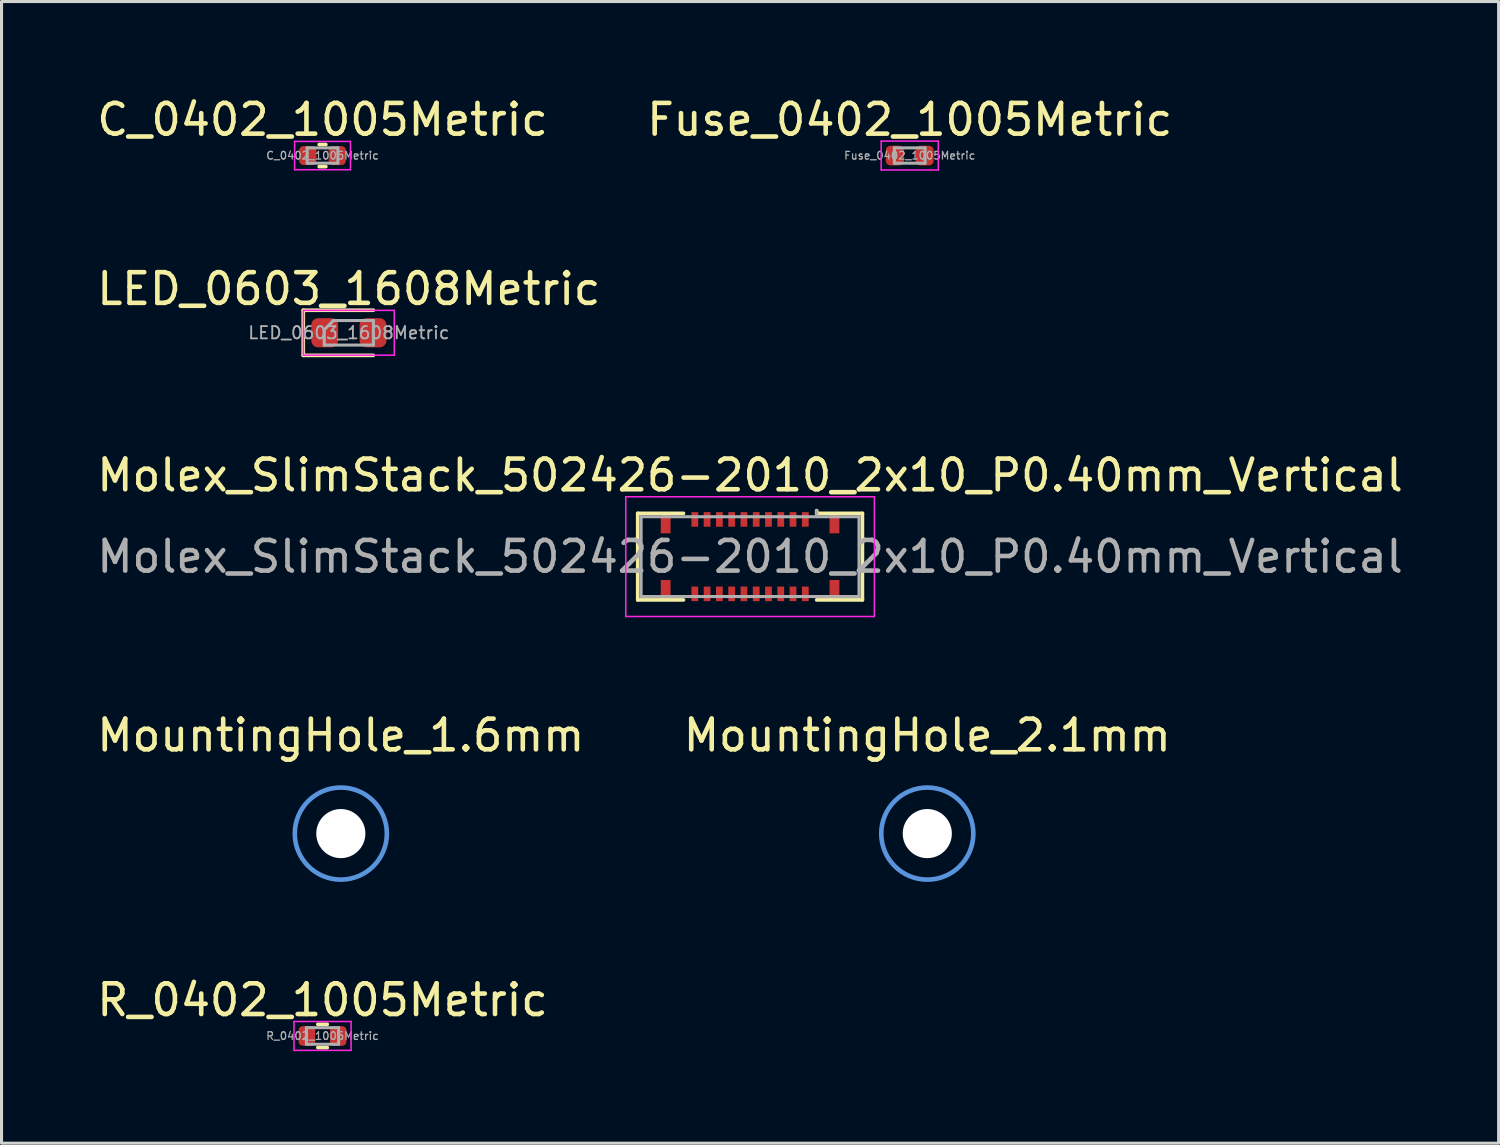
<source format=kicad_pcb>
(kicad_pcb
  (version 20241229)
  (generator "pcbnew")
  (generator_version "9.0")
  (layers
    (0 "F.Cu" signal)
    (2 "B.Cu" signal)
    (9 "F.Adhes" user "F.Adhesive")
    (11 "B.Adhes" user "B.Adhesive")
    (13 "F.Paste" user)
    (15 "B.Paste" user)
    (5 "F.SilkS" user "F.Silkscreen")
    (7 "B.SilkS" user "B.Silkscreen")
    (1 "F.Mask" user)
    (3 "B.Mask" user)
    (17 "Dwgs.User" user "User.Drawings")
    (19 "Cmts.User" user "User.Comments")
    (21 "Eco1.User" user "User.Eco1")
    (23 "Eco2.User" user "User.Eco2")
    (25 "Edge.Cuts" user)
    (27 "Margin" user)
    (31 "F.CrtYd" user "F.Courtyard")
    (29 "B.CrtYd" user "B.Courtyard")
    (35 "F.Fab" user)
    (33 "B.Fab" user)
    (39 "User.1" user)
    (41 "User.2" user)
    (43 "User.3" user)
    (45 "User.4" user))
  (footprint "MountingHole_1.6mm"
    (layer "F.Cu")
    (at 8.054 24.108)
    (property "Reference" "MountingHole_1.6mm" (at 0 -3.2 0) (layer "F.SilkS") (effects (font (size 1 1) (thickness 0.15))))
    (attr through_hole)
    (fp_circle (center 0 0) (end 1.5 0) (stroke (width 0.15) (type solid)) (fill no) (layer "Cmts.User"))
    (fp_circle (center 0 0) (end 1.5 0) (stroke (width 0.05) (type solid)) (fill no) (layer "F.CrtYd"))
    (pad "" np_thru_hole circle (at 0 0) (size 1.6 1.6) (drill 1.6) (layers "*.Cu" "*.Mask")))
  (footprint "LED_0603_1608Metric"
    (layer "F.Cu")
    (at 8.315 7.792)
    (property "Reference" "LED_0603_1608Metric" (at 0 -1.43 0) (layer "F.SilkS") (effects (font (size 1 1) (thickness 0.15))))
    (attr smd)
    (fp_line (start -1.485 -0.735) (end -1.485 0.735) (stroke (width 0.12) (type solid)) (layer "F.SilkS"))
    (fp_line (start -1.485 0.735) (end 0.8 0.735) (stroke (width 0.12) (type solid)) (layer "F.SilkS"))
    (fp_line (start 0.8 -0.735) (end -1.485 -0.735) (stroke (width 0.12) (type solid)) (layer "F.SilkS"))
    (fp_line (start -1.48 -0.73) (end 1.48 -0.73) (stroke (width 0.05) (type solid)) (layer "F.CrtYd"))
    (fp_line (start -1.48 0.73) (end -1.48 -0.73) (stroke (width 0.05) (type solid)) (layer "F.CrtYd"))
    (fp_line (start 1.48 -0.73) (end 1.48 0.73) (stroke (width 0.05) (type solid)) (layer "F.CrtYd"))
    (fp_line (start 1.48 0.73) (end -1.48 0.73) (stroke (width 0.05) (type solid)) (layer "F.CrtYd"))
    (fp_line (start -0.8 -0.1) (end -0.8 0.4) (stroke (width 0.1) (type solid)) (layer "F.Fab"))
    (fp_line (start -0.8 0.4) (end 0.8 0.4) (stroke (width 0.1) (type solid)) (layer "F.Fab"))
    (fp_line (start -0.5 -0.4) (end -0.8 -0.1) (stroke (width 0.1) (type solid)) (layer "F.Fab"))
    (fp_line (start 0.8 -0.4) (end -0.5 -0.4) (stroke (width 0.1) (type solid)) (layer "F.Fab"))
    (fp_line (start 0.8 0.4) (end 0.8 -0.4) (stroke (width 0.1) (type solid)) (layer "F.Fab"))
    (fp_text user "${REFERENCE}" (at 0 0 0) (layer "F.Fab") (effects (font (size 0.4 0.4) (thickness 0.06))))
    (pad "1" smd roundrect (at -0.787 0 180) (size 0.875 0.95) (layers "F.Cu" "F.Mask" "F.Paste") (roundrect_rratio 0.25))
    (pad "2" smd roundrect (at 0.787 0 180) (size 0.875 0.95) (layers "F.Cu" "F.Mask" "F.Paste") (roundrect_rratio 0.25)))
  (footprint "MountingHole_2.1mm"
    (layer "F.Cu")
    (at 27.161 24.108)
    (property "Reference" "MountingHole_2.1mm" (at 0 -3.2 0) (layer "F.SilkS") (effects (font (size 1 1) (thickness 0.15))))
    (attr through_hole)
    (fp_circle (center 0 0) (end 1.5 0) (stroke (width 0.15) (type solid)) (fill no) (layer "Cmts.User"))
    (fp_circle (center 0 0) (end 1.5 0) (stroke (width 0.05) (type solid)) (fill no) (layer "F.CrtYd"))
    (pad "" np_thru_hole circle (at 0 0) (size 1.6 1.6) (drill 1.6) (layers "*.Cu" "*.Mask")))
  (footprint "C_0402_1005Metric"
    (layer "F.Cu")
    (at 7.458 2.018)
    (property "Reference" "C_0402_1005Metric" (at 0 -1.17 0) (layer "F.SilkS") (effects (font (size 1 1) (thickness 0.15))))
    (attr smd)
    (fp_line (start -0.108 -0.36) (end 0.108 -0.36) (stroke (width 0.12) (type solid)) (layer "F.SilkS"))
    (fp_line (start -0.108 0.36) (end 0.108 0.36) (stroke (width 0.12) (type solid)) (layer "F.SilkS"))
    (fp_line (start -0.91 -0.46) (end 0.91 -0.46) (stroke (width 0.05) (type solid)) (layer "F.CrtYd"))
    (fp_line (start -0.91 0.46) (end -0.91 -0.46) (stroke (width 0.05) (type solid)) (layer "F.CrtYd"))
    (fp_line (start 0.91 -0.46) (end 0.91 0.46) (stroke (width 0.05) (type solid)) (layer "F.CrtYd"))
    (fp_line (start 0.91 0.46) (end -0.91 0.46) (stroke (width 0.05) (type solid)) (layer "F.CrtYd"))
    (fp_line (start -0.5 -0.25) (end 0.5 -0.25) (stroke (width 0.1) (type solid)) (layer "F.Fab"))
    (fp_line (start -0.5 0.25) (end -0.5 -0.25) (stroke (width 0.1) (type solid)) (layer "F.Fab"))
    (fp_line (start 0.5 -0.25) (end 0.5 0.25) (stroke (width 0.1) (type solid)) (layer "F.Fab"))
    (fp_line (start 0.5 0.25) (end -0.5 0.25) (stroke (width 0.1) (type solid)) (layer "F.Fab"))
    (fp_text user "${REFERENCE}" (at 0 0 0) (layer "F.Fab") (effects (font (size 0.25 0.25) (thickness 0.04))))
    (pad "1" smd roundrect (at -0.48 0) (size 0.56 0.62) (layers "F.Cu" "F.Mask" "F.Paste") (roundrect_rratio 0.25))
    (pad "2" smd roundrect (at 0.48 0) (size 0.56 0.62) (layers "F.Cu" "F.Mask" "F.Paste") (roundrect_rratio 0.25)))
  (footprint "Fuse_0402_1005Metric"
    (layer "F.Cu")
    (at 26.589 2.018)
    (property "Reference" "Fuse_0402_1005Metric" (at 0 -1.17 0) (layer "F.SilkS") (effects (font (size 1 1) (thickness 0.15))))
    (attr smd)
    (fp_line (start -0.93 -0.47) (end 0.93 -0.47) (stroke (width 0.05) (type solid)) (layer "F.CrtYd"))
    (fp_line (start -0.93 0.47) (end -0.93 -0.47) (stroke (width 0.05) (type solid)) (layer "F.CrtYd"))
    (fp_line (start 0.93 -0.47) (end 0.93 0.47) (stroke (width 0.05) (type solid)) (layer "F.CrtYd"))
    (fp_line (start 0.93 0.47) (end -0.93 0.47) (stroke (width 0.05) (type solid)) (layer "F.CrtYd"))
    (fp_line (start -0.5 -0.25) (end 0.5 -0.25) (stroke (width 0.1) (type solid)) (layer "F.Fab"))
    (fp_line (start -0.5 0.25) (end -0.5 -0.25) (stroke (width 0.1) (type solid)) (layer "F.Fab"))
    (fp_line (start 0.5 -0.25) (end 0.5 0.25) (stroke (width 0.1) (type solid)) (layer "F.Fab"))
    (fp_line (start 0.5 0.25) (end -0.5 0.25) (stroke (width 0.1) (type solid)) (layer "F.Fab"))
    (fp_text user "${REFERENCE}" (at 0 0 0) (layer "F.Fab") (effects (font (size 0.25 0.25) (thickness 0.04))))
    (pad "1" smd roundrect (at -0.485 0) (size 0.59 0.64) (layers "F.Cu" "F.Mask" "F.Paste") (roundrect_rratio 0.25))
    (pad "2" smd roundrect (at 0.485 0) (size 0.59 0.64) (layers "F.Cu" "F.Mask" "F.Paste") (roundrect_rratio 0.25)))
  (footprint "Molex_SlimStack_502426-2010_2x10_P0.40mm_Vertical"
    (layer "F.Cu")
    (at 21.387 15.085)
    (property "Reference" "Molex_SlimStack_502426-2010_2x10_P0.40mm_Vertical" (at 0 -2.65 180) (layer "F.SilkS") (effects (font (size 1 1) (thickness 0.15))))
    (attr smd)
    (fp_line (start -3.66 -1.41) (end -2.17 -1.41) (stroke (width 0.12) (type solid)) (layer "F.SilkS"))
    (fp_line (start -3.66 1.41) (end -3.66 -1.41) (stroke (width 0.12) (type solid)) (layer "F.SilkS"))
    (fp_line (start -2.17 1.41) (end -3.66 1.41) (stroke (width 0.12) (type solid)) (layer "F.SilkS"))
    (fp_line (start 2.17 -1.41) (end 2.17 -1.5) (stroke (width 0.12) (type solid)) (layer "F.SilkS"))
    (fp_line (start 2.17 1.41) (end 3.66 1.41) (stroke (width 0.12) (type solid)) (layer "F.SilkS"))
    (fp_line (start 3.66 -1.41) (end 2.17 -1.41) (stroke (width 0.12) (type solid)) (layer "F.SilkS"))
    (fp_line (start 3.66 1.41) (end 3.66 -1.41) (stroke (width 0.12) (type solid)) (layer "F.SilkS"))
    (fp_line (start -4.05 -1.95) (end -4.05 1.95) (stroke (width 0.05) (type solid)) (layer "F.CrtYd"))
    (fp_line (start -4.05 1.95) (end 4.05 1.95) (stroke (width 0.05) (type solid)) (layer "F.CrtYd"))
    (fp_line (start 4.05 -1.95) (end -4.05 -1.95) (stroke (width 0.05) (type solid)) (layer "F.CrtYd"))
    (fp_line (start 4.05 1.95) (end 4.05 -1.95) (stroke (width 0.05) (type solid)) (layer "F.CrtYd"))
    (fp_line (start -3.55 -1.3) (end -3.55 1.3) (stroke (width 0.1) (type solid)) (layer "F.Fab"))
    (fp_line (start -3.55 1.3) (end 3.55 1.3) (stroke (width 0.1) (type solid)) (layer "F.Fab"))
    (fp_line (start 2.17 -1.3) (end 2.17 -1.5) (stroke (width 0.1) (type solid)) (layer "F.Fab"))
    (fp_line (start 3.55 -1.3) (end -3.55 -1.3) (stroke (width 0.1) (type solid)) (layer "F.Fab"))
    (fp_line (start 3.55 1.3) (end 3.55 -1.3) (stroke (width 0.1) (type solid)) (layer "F.Fab"))
    (fp_text user "${REFERENCE}" (at 0 0 180) (layer "F.Fab") (effects (font (size 1 1) (thickness 0.15))))
    (pad "1" smd rect (at 1.8 -1.212) (size 0.22 0.475) (layers "F.Cu" "F.Mask" "F.Paste"))
    (pad "2" smd rect (at 1.8 1.212) (size 0.22 0.475) (layers "F.Cu" "F.Mask" "F.Paste"))
    (pad "3" smd rect (at 1.4 -1.212) (size 0.22 0.475) (layers "F.Cu" "F.Mask" "F.Paste"))
    (pad "4" smd rect (at 1.4 1.212) (size 0.22 0.475) (layers "F.Cu" "F.Mask" "F.Paste"))
    (pad "5" smd rect (at 1 -1.212) (size 0.22 0.475) (layers "F.Cu" "F.Mask" "F.Paste"))
    (pad "6" smd rect (at 1 1.212) (size 0.22 0.475) (layers "F.Cu" "F.Mask" "F.Paste"))
    (pad "7" smd rect (at 0.6 -1.212) (size 0.22 0.475) (layers "F.Cu" "F.Mask" "F.Paste"))
    (pad "8" smd rect (at 0.6 1.212) (size 0.22 0.475) (layers "F.Cu" "F.Mask" "F.Paste"))
    (pad "9" smd rect (at 0.2 -1.212) (size 0.22 0.475) (layers "F.Cu" "F.Mask" "F.Paste"))
    (pad "10" smd rect (at 0.2 1.212) (size 0.22 0.475) (layers "F.Cu" "F.Mask" "F.Paste"))
    (pad "11" smd rect (at -0.2 -1.212) (size 0.22 0.475) (layers "F.Cu" "F.Mask" "F.Paste"))
    (pad "12" smd rect (at -0.2 1.212) (size 0.22 0.475) (layers "F.Cu" "F.Mask" "F.Paste"))
    (pad "13" smd rect (at -0.6 -1.212) (size 0.22 0.475) (layers "F.Cu" "F.Mask" "F.Paste"))
    (pad "14" smd rect (at -0.6 1.212) (size 0.22 0.475) (layers "F.Cu" "F.Mask" "F.Paste"))
    (pad "15" smd rect (at -1 -1.212) (size 0.22 0.475) (layers "F.Cu" "F.Mask" "F.Paste"))
    (pad "16" smd rect (at -1 1.212) (size 0.22 0.475) (layers "F.Cu" "F.Mask" "F.Paste"))
    (pad "17" smd rect (at -1.4 -1.212) (size 0.22 0.475) (layers "F.Cu" "F.Mask" "F.Paste"))
    (pad "18" smd rect (at -1.4 1.212) (size 0.22 0.475) (layers "F.Cu" "F.Mask" "F.Paste"))
    (pad "19" smd rect (at -1.8 -1.212) (size 0.22 0.475) (layers "F.Cu" "F.Mask" "F.Paste"))
    (pad "20" smd rect (at -1.8 1.212) (size 0.22 0.475) (layers "F.Cu" "F.Mask" "F.Paste"))
    (pad "A" smd rect (at 2.75 -1.085) (size 0.32 0.65) (layers "F.Cu" "F.Mask" "F.Paste"))
    (pad "A" smd rect (at 2.75 1.085) (size 0.32 0.65) (layers "F.Cu" "F.Mask" "F.Paste"))
    (pad "B" smd rect (at -2.75 -1.085) (size 0.32 0.65) (layers "F.Cu" "F.Mask" "F.Paste"))
    (pad "B" smd rect (at -2.75 1.085) (size 0.32 0.65) (layers "F.Cu" "F.Mask" "F.Paste")))
  (footprint "R_0402_1005Metric"
    (layer "F.Cu")
    (at 7.458 30.701)
    (property "Reference" "R_0402_1005Metric" (at 0 -1.17 0) (layer "F.SilkS") (effects (font (size 1 1) (thickness 0.15))))
    (attr smd)
    (fp_line (start -0.154 -0.38) (end 0.154 -0.38) (stroke (width 0.12) (type solid)) (layer "F.SilkS"))
    (fp_line (start -0.154 0.38) (end 0.154 0.38) (stroke (width 0.12) (type solid)) (layer "F.SilkS"))
    (fp_line (start -0.93 -0.47) (end 0.93 -0.47) (stroke (width 0.05) (type solid)) (layer "F.CrtYd"))
    (fp_line (start -0.93 0.47) (end -0.93 -0.47) (stroke (width 0.05) (type solid)) (layer "F.CrtYd"))
    (fp_line (start 0.93 -0.47) (end 0.93 0.47) (stroke (width 0.05) (type solid)) (layer "F.CrtYd"))
    (fp_line (start 0.93 0.47) (end -0.93 0.47) (stroke (width 0.05) (type solid)) (layer "F.CrtYd"))
    (fp_line (start -0.525 -0.27) (end 0.525 -0.27) (stroke (width 0.1) (type solid)) (layer "F.Fab"))
    (fp_line (start -0.525 0.27) (end -0.525 -0.27) (stroke (width 0.1) (type solid)) (layer "F.Fab"))
    (fp_line (start 0.525 -0.27) (end 0.525 0.27) (stroke (width 0.1) (type solid)) (layer "F.Fab"))
    (fp_line (start 0.525 0.27) (end -0.525 0.27) (stroke (width 0.1) (type solid)) (layer "F.Fab"))
    (fp_text user "${REFERENCE}" (at 0 0 0) (layer "F.Fab") (effects (font (size 0.25 0.25) (thickness 0.04))))
    (pad "1" smd roundrect (at -0.51 0 180) (size 0.54 0.64) (layers "F.Cu" "F.Mask" "F.Paste") (roundrect_rratio 0.25))
    (pad "2" smd roundrect (at 0.51 0 180) (size 0.54 0.64) (layers "F.Cu" "F.Mask" "F.Paste") (roundrect_rratio 0.25)))
  (gr_rect
    (start -3 -3)
    (end 45.774 34.196)
    (stroke (width 0.1) (type default))
    (fill no)
    (layer "Edge.Cuts")))
</source>
